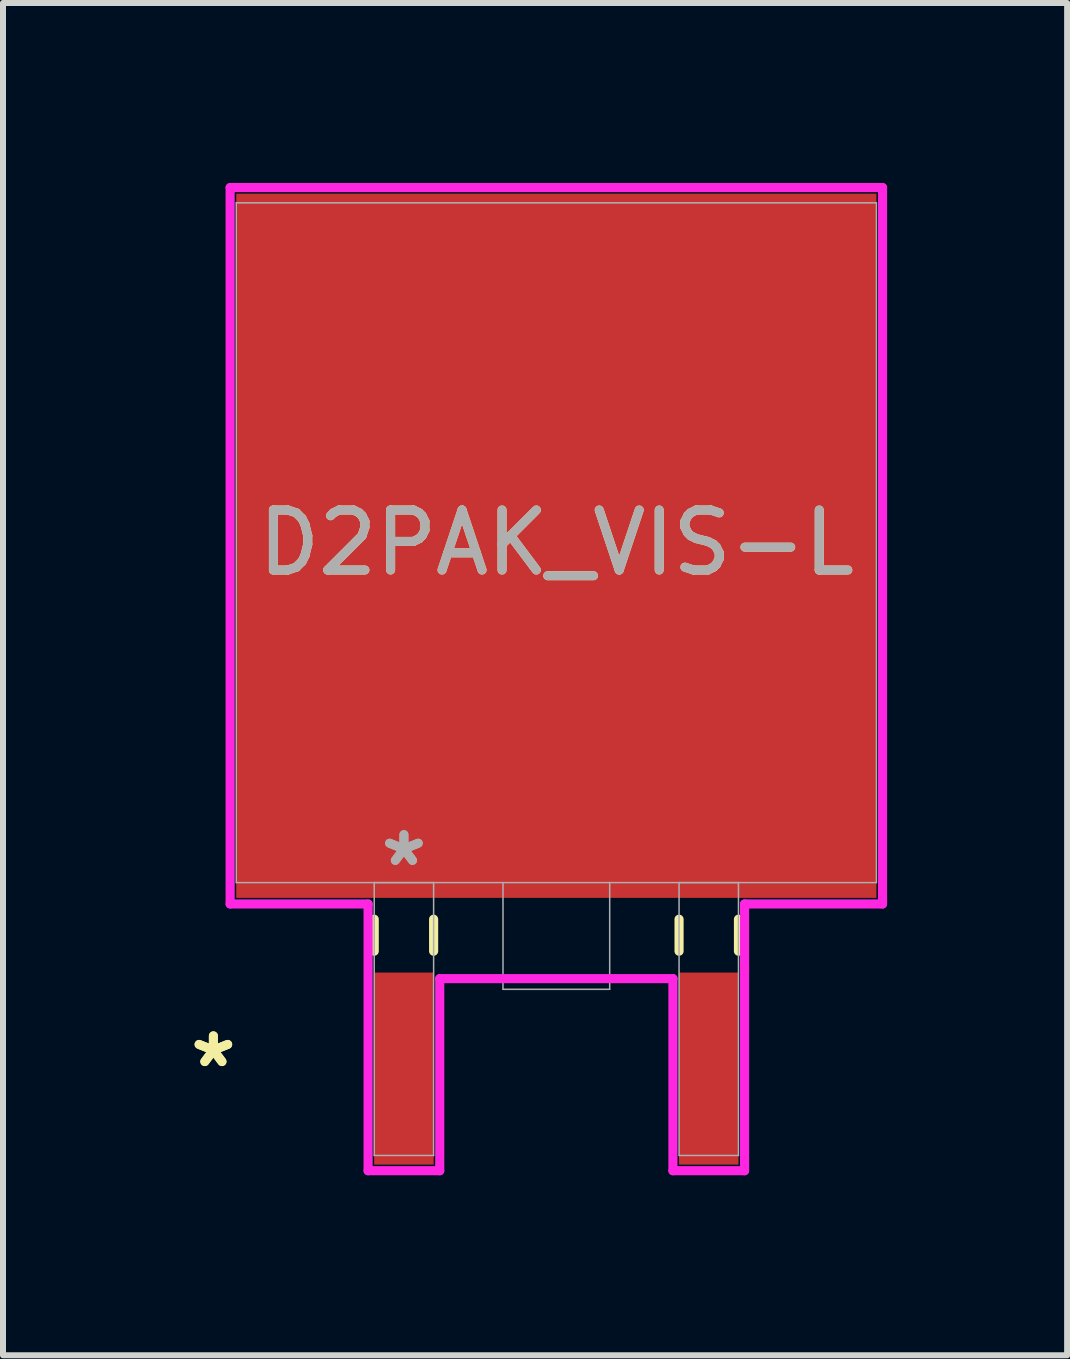
<source format=kicad_pcb>
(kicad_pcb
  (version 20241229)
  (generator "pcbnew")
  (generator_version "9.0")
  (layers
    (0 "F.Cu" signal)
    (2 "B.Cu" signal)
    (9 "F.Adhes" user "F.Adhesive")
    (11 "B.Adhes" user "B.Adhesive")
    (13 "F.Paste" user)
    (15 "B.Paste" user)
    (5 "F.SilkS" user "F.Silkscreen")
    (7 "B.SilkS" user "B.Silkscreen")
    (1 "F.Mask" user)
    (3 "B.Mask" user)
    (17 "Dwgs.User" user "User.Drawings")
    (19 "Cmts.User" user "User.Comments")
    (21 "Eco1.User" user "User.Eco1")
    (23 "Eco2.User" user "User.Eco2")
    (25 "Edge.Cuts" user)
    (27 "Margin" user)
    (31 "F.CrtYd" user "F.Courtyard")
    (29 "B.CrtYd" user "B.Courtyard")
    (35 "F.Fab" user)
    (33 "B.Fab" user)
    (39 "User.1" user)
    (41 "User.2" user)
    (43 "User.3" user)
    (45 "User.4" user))
  (footprint "D2PAK_VIS-L"
    (layer "F.Cu")
    (at 6.221 5.994)
    (property "Reference" "D2PAK_VIS-L" (at 0 0 0) (unlocked yes) (layer "F.SilkS") (effects (font (size 1 1) (thickness 0.15))))
    (attr smd)
    (fp_line (start -3.035 6.274) (end -3.035 6.807) (stroke (width 0.152) (type solid)) (layer "F.SilkS"))
    (fp_line (start -2.045 6.274) (end -2.045 6.807) (stroke (width 0.152) (type solid)) (layer "F.SilkS"))
    (fp_line (start 2.045 6.274) (end 2.045 6.807) (stroke (width 0.152) (type solid)) (layer "F.SilkS"))
    (fp_line (start 3.035 6.274) (end 3.035 6.807) (stroke (width 0.152) (type solid)) (layer "F.SilkS"))
    (fp_line (start -5.436 -5.918) (end 5.436 -5.918) (stroke (width 0.152) (type solid)) (layer "F.CrtYd"))
    (fp_line (start -5.436 6.02) (end -5.436 -5.918) (stroke (width 0.152) (type solid)) (layer "F.CrtYd"))
    (fp_line (start -3.137 6.02) (end -5.436 6.02) (stroke (width 0.152) (type solid)) (layer "F.CrtYd"))
    (fp_line (start -3.137 10.465) (end -3.137 6.02) (stroke (width 0.152) (type solid)) (layer "F.CrtYd"))
    (fp_line (start -1.943 7.264) (end -1.943 10.465) (stroke (width 0.152) (type solid)) (layer "F.CrtYd"))
    (fp_line (start -1.943 10.465) (end -3.137 10.465) (stroke (width 0.152) (type solid)) (layer "F.CrtYd"))
    (fp_line (start 1.943 7.264) (end -1.943 7.264) (stroke (width 0.152) (type solid)) (layer "F.CrtYd"))
    (fp_line (start 1.943 10.465) (end 1.943 7.264) (stroke (width 0.152) (type solid)) (layer "F.CrtYd"))
    (fp_line (start 3.137 6.02) (end 3.137 10.465) (stroke (width 0.152) (type solid)) (layer "F.CrtYd"))
    (fp_line (start 3.137 10.465) (end 1.943 10.465) (stroke (width 0.152) (type solid)) (layer "F.CrtYd"))
    (fp_line (start 5.436 -5.918) (end 5.436 6.02) (stroke (width 0.152) (type solid)) (layer "F.CrtYd"))
    (fp_line (start 5.436 6.02) (end 3.137 6.02) (stroke (width 0.152) (type solid)) (layer "F.CrtYd"))
    (fp_line (start -5.334 -5.664) (end -5.334 5.664) (stroke (width 0.025) (type solid)) (layer "F.Fab"))
    (fp_line (start -5.334 5.664) (end 5.334 5.664) (stroke (width 0.025) (type solid)) (layer "F.Fab"))
    (fp_line (start -3.035 5.664) (end -3.035 10.211) (stroke (width 0.025) (type solid)) (layer "F.Fab"))
    (fp_line (start -3.035 10.211) (end -2.045 10.211) (stroke (width 0.025) (type solid)) (layer "F.Fab"))
    (fp_line (start -2.045 5.664) (end -3.035 5.664) (stroke (width 0.025) (type solid)) (layer "F.Fab"))
    (fp_line (start -2.045 10.211) (end -2.045 5.664) (stroke (width 0.025) (type solid)) (layer "F.Fab"))
    (fp_line (start -0.889 5.664) (end -0.889 7.442) (stroke (width 0.025) (type solid)) (layer "F.Fab"))
    (fp_line (start -0.889 7.442) (end 0.889 7.442) (stroke (width 0.025) (type solid)) (layer "F.Fab"))
    (fp_line (start 0.889 7.442) (end 0.889 5.664) (stroke (width 0.025) (type solid)) (layer "F.Fab"))
    (fp_line (start 2.045 5.664) (end 2.045 10.211) (stroke (width 0.025) (type solid)) (layer "F.Fab"))
    (fp_line (start 2.045 10.211) (end 3.035 10.211) (stroke (width 0.025) (type solid)) (layer "F.Fab"))
    (fp_line (start 3.035 5.664) (end 2.045 5.664) (stroke (width 0.025) (type solid)) (layer "F.Fab"))
    (fp_line (start 3.035 10.211) (end 3.035 5.664) (stroke (width 0.025) (type solid)) (layer "F.Fab"))
    (fp_line (start 5.334 -5.664) (end -5.334 -5.664) (stroke (width 0.025) (type solid)) (layer "F.Fab"))
    (fp_line (start 5.334 5.664) (end 5.334 -5.664) (stroke (width 0.025) (type solid)) (layer "F.Fab"))
    (fp_text user "*" (at -5.715 8.763 0) (layer "F.SilkS") (effects (font (size 1 1) (thickness 0.15))))
    (fp_text user "*" (at -5.715 8.763 0) (unlocked yes) (layer "F.SilkS") (effects (font (size 1 1) (thickness 0.15))))
    (fp_text user "*" (at -2.54 5.41 0) (layer "F.Fab") (effects (font (size 1 1) (thickness 0.15))))
    (fp_text user "${REFERENCE}" (at 0 0 0) (unlocked yes) (layer "F.Fab") (effects (font (size 1 1) (thickness 0.15))))
    (fp_text user "*" (at -2.54 5.41 0) (unlocked yes) (layer "F.Fab") (effects (font (size 1 1) (thickness 0.15))))
    (pad "1" smd rect (at -2.54 8.763) (size 0.991 3.2) (layers "F.Cu" "F.Mask" "F.Paste"))
    (pad "2" smd rect (at 0 0.051) (size 10.668 11.735) (layers "F.Cu" "F.Mask" "F.Paste"))
    (pad "3" smd rect (at 2.54 8.763) (size 0.991 3.2) (layers "F.Cu" "F.Mask" "F.Paste")))
  (gr_rect
    (start -3 -3)
    (end 14.733 19.535)
    (stroke (width 0.1) (type default))
    (fill no)
    (layer "Edge.Cuts")))
</source>
